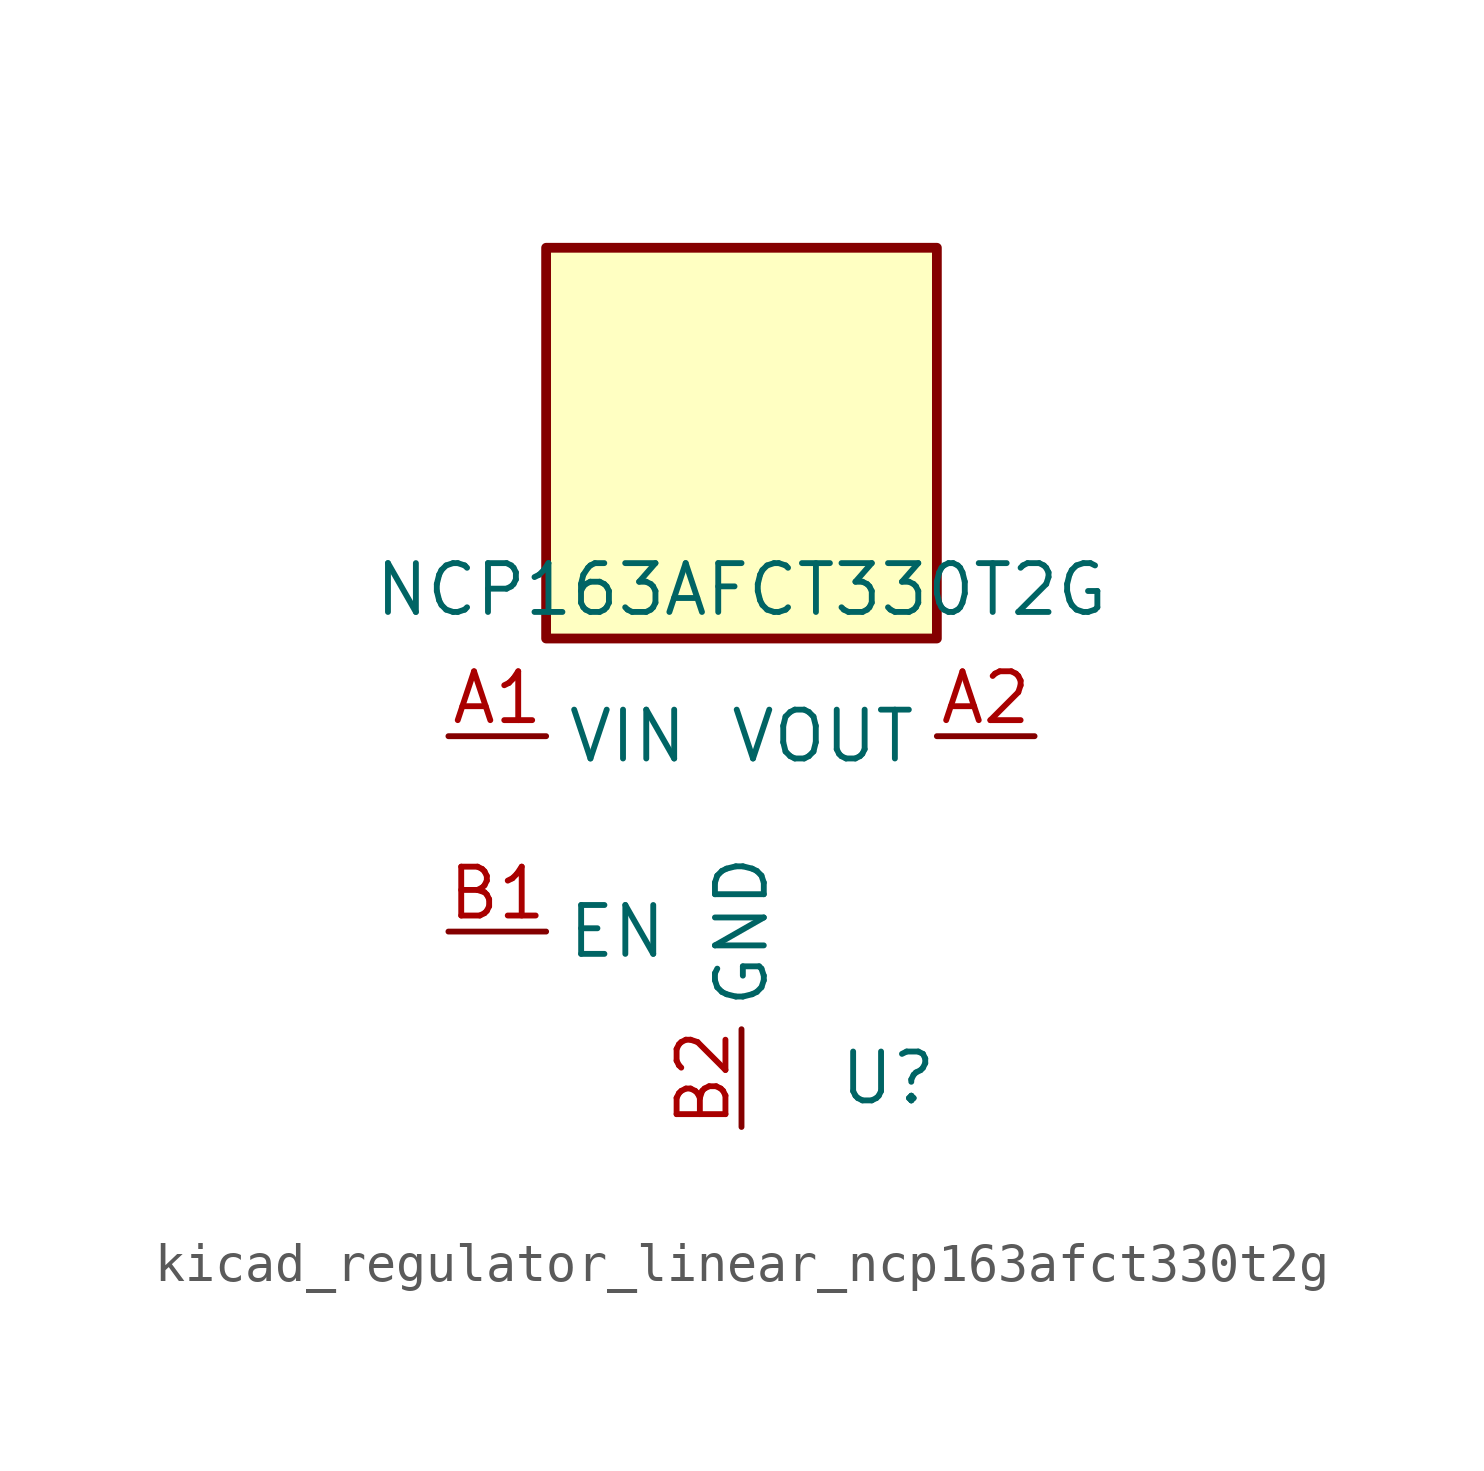
<source format=kicad_sym>
(kicad_symbol_lib
  (version 20220914)
  (generator kicad_symbol_editor)
  (symbol "kicad_regulator_linear_ncp163afct330t2g"
    (property "Reference" "U"
      (at 3.81 -6.35 0)
      (effects (font (size 1.27 1.27))))
    (property "Value" "NCP163AFCT330T2G"
      (at 0 6.35 0)
      (effects (font (size 1.27 1.27))))
    (symbol "kicad_regulator_linear_ncp163afct330t2g_0_1"
      (rectangle (start 5.08 15.24) (end -5.08 5.08) (stroke (width 0.254) (type default)) (fill (type background))))
    (symbol "kicad_regulator_linear_ncp163afct330t2g_1_1"
      (pin power_in line (at -7.62 2.54 0) (length 2.54) (name "VIN" (effects (font (size 1.27 1.27)))) (number "A1" (effects (font (size 1.27 1.27)))))
      (pin power_out line (at 7.62 2.54 180) (length 2.54) (name "VOUT" (effects (font (size 1.27 1.27)))) (number "A2" (effects (font (size 1.27 1.27)))))
      (pin input line (at -7.62 -2.54 0) (length 2.54) (name "EN" (effects (font (size 1.27 1.27)))) (number "B1" (effects (font (size 1.27 1.27)))))
      (pin power_in line (at 0 -7.62 90) (length 2.54) (name "GND" (effects (font (size 1.27 1.27)))) (number "B2" (effects (font (size 1.27 1.27))))))))
</source>
